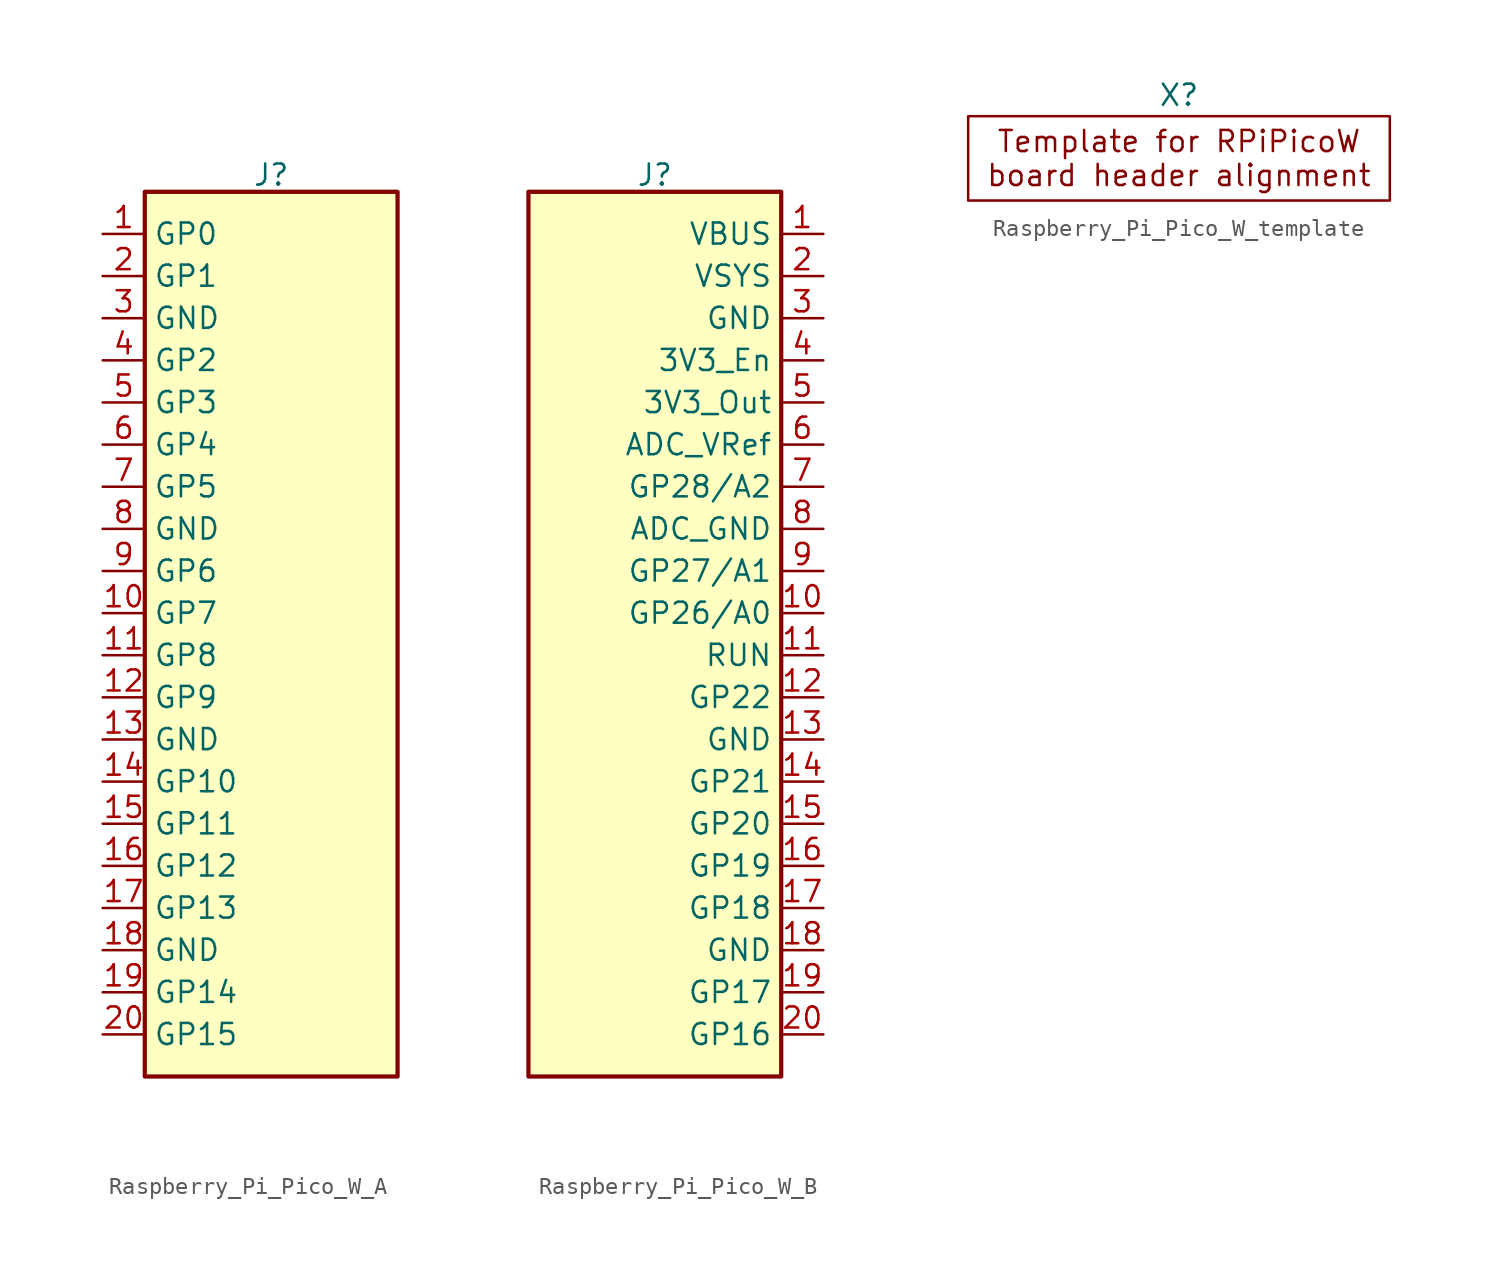
<source format=kicad_sym>
(kicad_symbol_lib
  (version 20231120)
  (generator "kicad_symbol_editor")
  (generator_version "8.0")
  (symbol "Raspberry_Pi_Pico_W_A"
    (property "Reference" "J"
      (at 0 1.016 0)
      (effects (font (size 1.27 1.27))))
    (property "Value" ""
      (at 0 0 0)
      (effects (font (size 1.27 1.27))))
    (symbol "Raspberry_Pi_Pico_W_A_0_1"
      (rectangle (start -7.62 0) (end 7.62 -53.34) (stroke (width 0.254) (type default)) (fill (type background))))
    (symbol "Raspberry_Pi_Pico_W_A_1_1"
      (pin passive line (at -10.16 -2.54 0) (length 2.54) (name "GP0" (effects (font (size 1.27 1.27)))) (number "1" (effects (font (size 1.27 1.27)))))
      (pin passive line (at -10.16 -25.4 0) (length 2.54) (name "GP7" (effects (font (size 1.27 1.27)))) (number "10" (effects (font (size 1.27 1.27)))))
      (pin passive line (at -10.16 -27.94 0) (length 2.54) (name "GP8" (effects (font (size 1.27 1.27)))) (number "11" (effects (font (size 1.27 1.27)))))
      (pin passive line (at -10.16 -30.48 0) (length 2.54) (name "GP9" (effects (font (size 1.27 1.27)))) (number "12" (effects (font (size 1.27 1.27)))))
      (pin passive line (at -10.16 -33.02 0) (length 2.54) (name "GND" (effects (font (size 1.27 1.27)))) (number "13" (effects (font (size 1.27 1.27)))))
      (pin passive line (at -10.16 -35.56 0) (length 2.54) (name "GP10" (effects (font (size 1.27 1.27)))) (number "14" (effects (font (size 1.27 1.27)))))
      (pin passive line (at -10.16 -38.1 0) (length 2.54) (name "GP11" (effects (font (size 1.27 1.27)))) (number "15" (effects (font (size 1.27 1.27)))))
      (pin passive line (at -10.16 -40.64 0) (length 2.54) (name "GP12" (effects (font (size 1.27 1.27)))) (number "16" (effects (font (size 1.27 1.27)))))
      (pin passive line (at -10.16 -43.18 0) (length 2.54) (name "GP13" (effects (font (size 1.27 1.27)))) (number "17" (effects (font (size 1.27 1.27)))))
      (pin passive line (at -10.16 -45.72 0) (length 2.54) (name "GND" (effects (font (size 1.27 1.27)))) (number "18" (effects (font (size 1.27 1.27)))))
      (pin passive line (at -10.16 -48.26 0) (length 2.54) (name "GP14" (effects (font (size 1.27 1.27)))) (number "19" (effects (font (size 1.27 1.27)))))
      (pin passive line (at -10.16 -5.08 0) (length 2.54) (name "GP1" (effects (font (size 1.27 1.27)))) (number "2" (effects (font (size 1.27 1.27)))))
      (pin passive line (at -10.16 -50.8 0) (length 2.54) (name "GP15" (effects (font (size 1.27 1.27)))) (number "20" (effects (font (size 1.27 1.27)))))
      (pin passive line (at -10.16 -7.62 0) (length 2.54) (name "GND" (effects (font (size 1.27 1.27)))) (number "3" (effects (font (size 1.27 1.27)))))
      (pin passive line (at -10.16 -10.16 0) (length 2.54) (name "GP2" (effects (font (size 1.27 1.27)))) (number "4" (effects (font (size 1.27 1.27)))))
      (pin passive line (at -10.16 -12.7 0) (length 2.54) (name "GP3" (effects (font (size 1.27 1.27)))) (number "5" (effects (font (size 1.27 1.27)))))
      (pin passive line (at -10.16 -15.24 0) (length 2.54) (name "GP4" (effects (font (size 1.27 1.27)))) (number "6" (effects (font (size 1.27 1.27)))))
      (pin passive line (at -10.16 -17.78 0) (length 2.54) (name "GP5" (effects (font (size 1.27 1.27)))) (number "7" (effects (font (size 1.27 1.27)))))
      (pin passive line (at -10.16 -20.32 0) (length 2.54) (name "GND" (effects (font (size 1.27 1.27)))) (number "8" (effects (font (size 1.27 1.27)))))
      (pin passive line (at -10.16 -22.86 0) (length 2.54) (name "GP6" (effects (font (size 1.27 1.27)))) (number "9" (effects (font (size 1.27 1.27)))))))
  (symbol "Raspberry_Pi_Pico_W_B"
    (property "Reference" "J"
      (at 0 1.016 0)
      (effects (font (size 1.27 1.27))))
    (property "Value" ""
      (at 0 0 0)
      (effects (font (size 1.27 1.27))))
    (symbol "Raspberry_Pi_Pico_W_B_0_1"
      (rectangle (start -7.62 0) (end 7.62 -53.34) (stroke (width 0.254) (type default)) (fill (type background))))
    (symbol "Raspberry_Pi_Pico_W_B_1_1"
      (pin passive line (at 10.16 -2.54 180) (length 2.54) (name "VBUS" (effects (font (size 1.27 1.27)))) (number "1" (effects (font (size 1.27 1.27)))))
      (pin passive line (at 10.16 -25.4 180) (length 2.54) (name "GP26/A0" (effects (font (size 1.27 1.27)))) (number "10" (effects (font (size 1.27 1.27)))))
      (pin passive line (at 10.16 -27.94 180) (length 2.54) (name "RUN" (effects (font (size 1.27 1.27)))) (number "11" (effects (font (size 1.27 1.27)))))
      (pin passive line (at 10.16 -30.48 180) (length 2.54) (name "GP22" (effects (font (size 1.27 1.27)))) (number "12" (effects (font (size 1.27 1.27)))))
      (pin passive line (at 10.16 -33.02 180) (length 2.54) (name "GND" (effects (font (size 1.27 1.27)))) (number "13" (effects (font (size 1.27 1.27)))))
      (pin passive line (at 10.16 -35.56 180) (length 2.54) (name "GP21" (effects (font (size 1.27 1.27)))) (number "14" (effects (font (size 1.27 1.27)))))
      (pin passive line (at 10.16 -38.1 180) (length 2.54) (name "GP20" (effects (font (size 1.27 1.27)))) (number "15" (effects (font (size 1.27 1.27)))))
      (pin passive line (at 10.16 -40.64 180) (length 2.54) (name "GP19" (effects (font (size 1.27 1.27)))) (number "16" (effects (font (size 1.27 1.27)))))
      (pin passive line (at 10.16 -43.18 180) (length 2.54) (name "GP18" (effects (font (size 1.27 1.27)))) (number "17" (effects (font (size 1.27 1.27)))))
      (pin passive line (at 10.16 -45.72 180) (length 2.54) (name "GND" (effects (font (size 1.27 1.27)))) (number "18" (effects (font (size 1.27 1.27)))))
      (pin passive line (at 10.16 -48.26 180) (length 2.54) (name "GP17" (effects (font (size 1.27 1.27)))) (number "19" (effects (font (size 1.27 1.27)))))
      (pin passive line (at 10.16 -5.08 180) (length 2.54) (name "VSYS" (effects (font (size 1.27 1.27)))) (number "2" (effects (font (size 1.27 1.27)))))
      (pin passive line (at 10.16 -50.8 180) (length 2.54) (name "GP16" (effects (font (size 1.27 1.27)))) (number "20" (effects (font (size 1.27 1.27)))))
      (pin passive line (at 10.16 -7.62 180) (length 2.54) (name "GND" (effects (font (size 1.27 1.27)))) (number "3" (effects (font (size 1.27 1.27)))))
      (pin passive line (at 10.16 -10.16 180) (length 2.54) (name "3V3_En" (effects (font (size 1.27 1.27)))) (number "4" (effects (font (size 1.27 1.27)))))
      (pin passive line (at 10.16 -12.7 180) (length 2.54) (name "3V3_Out" (effects (font (size 1.27 1.27)))) (number "5" (effects (font (size 1.27 1.27)))))
      (pin passive line (at 10.16 -15.24 180) (length 2.54) (name "ADC_VRef" (effects (font (size 1.27 1.27)))) (number "6" (effects (font (size 1.27 1.27)))))
      (pin passive line (at 10.16 -17.78 180) (length 2.54) (name "GP28/A2" (effects (font (size 1.27 1.27)))) (number "7" (effects (font (size 1.27 1.27)))))
      (pin passive line (at 10.16 -20.32 180) (length 2.54) (name "ADC_GND" (effects (font (size 1.27 1.27)))) (number "8" (effects (font (size 1.27 1.27)))))
      (pin passive line (at 10.16 -22.86 180) (length 2.54) (name "GP27/A1" (effects (font (size 1.27 1.27)))) (number "9" (effects (font (size 1.27 1.27)))))))
  (symbol "Raspberry_Pi_Pico_W_template"
    (property "Reference" "X"
      (at 0 0 0)
      (effects (font (size 1.27 1.27))))
    (property "Value" ""
      (at 0 0 0)
      (effects (font (size 1.27 1.27))))
    (symbol "Raspberry_Pi_Pico_W_template_0_1"
      (rectangle (start -12.7 -1.27) (end 12.7 -6.35) (stroke (width 0) (type default)) (fill (type none))))
    (symbol "Raspberry_Pi_Pico_W_template_1_1"
      (text "Template for RPiPicoW\nboard header alignment" (at 0 -3.81 0) (effects (font (size 1.27 1.27)))))))
</source>
